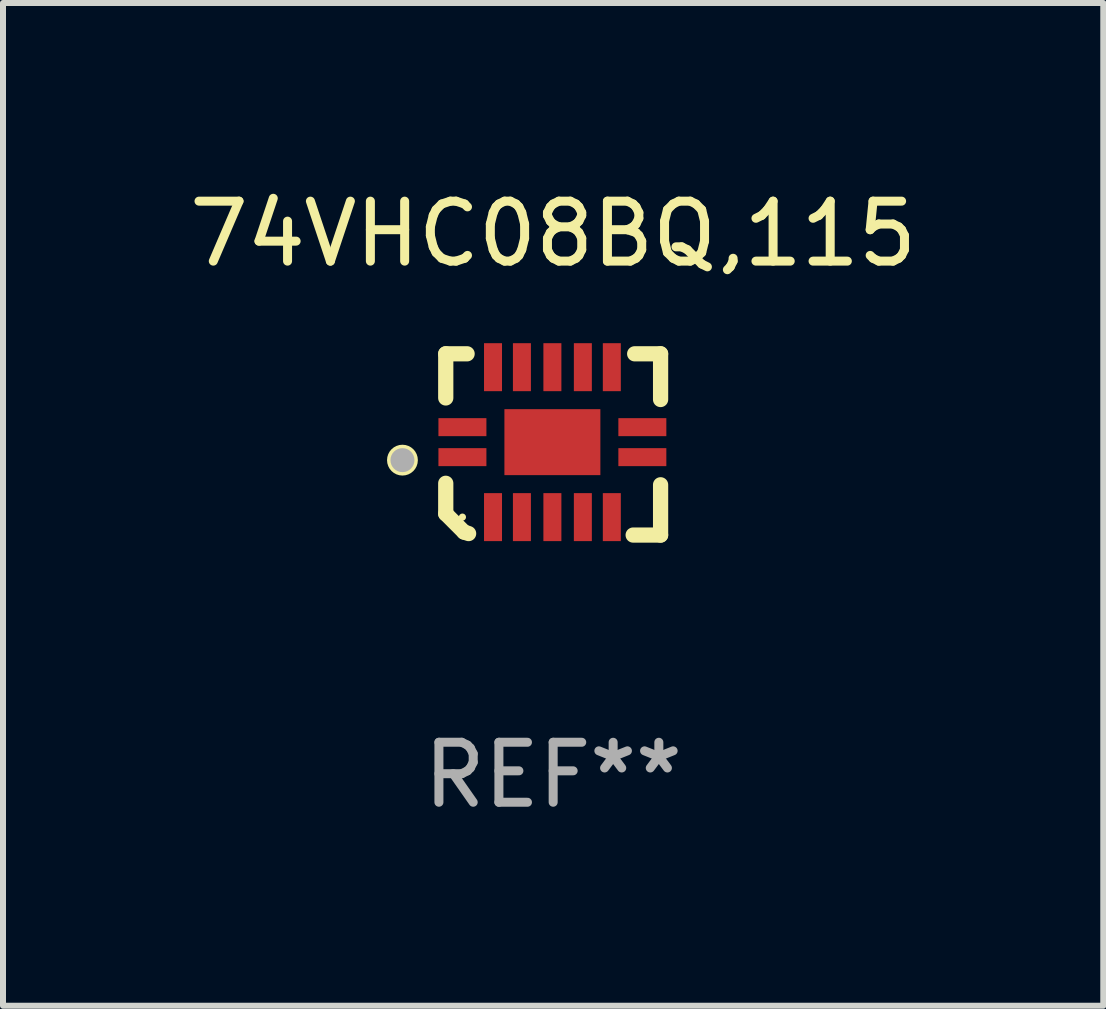
<source format=kicad_pcb>
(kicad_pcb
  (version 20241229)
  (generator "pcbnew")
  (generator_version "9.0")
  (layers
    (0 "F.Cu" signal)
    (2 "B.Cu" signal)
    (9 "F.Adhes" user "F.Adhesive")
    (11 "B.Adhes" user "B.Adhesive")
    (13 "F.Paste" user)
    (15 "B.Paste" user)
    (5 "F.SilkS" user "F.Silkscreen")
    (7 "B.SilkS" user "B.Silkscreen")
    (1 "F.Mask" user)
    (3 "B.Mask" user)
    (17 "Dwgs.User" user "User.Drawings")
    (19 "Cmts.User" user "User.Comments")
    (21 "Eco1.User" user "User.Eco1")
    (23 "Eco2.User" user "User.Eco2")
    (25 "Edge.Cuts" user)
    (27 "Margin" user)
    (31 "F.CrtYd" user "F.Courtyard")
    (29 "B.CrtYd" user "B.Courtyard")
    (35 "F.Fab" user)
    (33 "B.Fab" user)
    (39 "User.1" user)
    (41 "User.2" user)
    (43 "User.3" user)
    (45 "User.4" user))
  (footprint "74VHC08BQ,115"
    (layer "F.Cu")
    (at 6.173 4.36)
    (property "Reference" "74VHC08BQ,115" (at 0 -3.511 0) (layer "F.SilkS") (effects (font (size 1 1) (thickness 0.15))))
    (attr through_hole)
    (fp_line (start -1.791 -1.511) (end -1.435 -1.511) (stroke (width 0.254) (type solid)) (layer "F.SilkS"))
    (fp_line (start -1.791 -0.775) (end -1.791 -1.511) (stroke (width 0.254) (type solid)) (layer "F.SilkS"))
    (fp_line (start -1.791 1.156) (end -1.791 0.648) (stroke (width 0.254) (type solid)) (layer "F.SilkS"))
    (fp_line (start -1.486 1.461) (end -1.791 1.156) (stroke (width 0.254) (type solid)) (layer "F.SilkS"))
    (fp_line (start -1.41 1.486) (end -1.486 1.461) (stroke (width 0.254) (type solid)) (layer "F.SilkS"))
    (fp_line (start 1.334 1.511) (end 1.791 1.511) (stroke (width 0.254) (type solid)) (layer "F.SilkS"))
    (fp_line (start 1.791 -1.511) (end 1.359 -1.511) (stroke (width 0.254) (type solid)) (layer "F.SilkS"))
    (fp_line (start 1.791 -0.749) (end 1.791 -1.511) (stroke (width 0.254) (type solid)) (layer "F.SilkS"))
    (fp_line (start 1.791 1.511) (end 1.791 0.673) (stroke (width 0.254) (type solid)) (layer "F.SilkS"))
    (fp_circle (center -2.513 0.262) (end -2.383 0.262) (stroke (width 0.254) (type solid)) (fill no) (layer "F.SilkS"))
    (fp_circle (center -1.513 1.212) (end -1.483 1.212) (stroke (width 0.06) (type solid)) (fill no) (layer "F.SilkS"))
    (fp_circle (center -2.513 0.262) (end -2.413 0.262) (stroke (width 0.2) (type solid)) (fill no) (layer "F.Fab"))
    (fp_text user "REF**" (at 0 5.511 0) (layer "F.Fab") (effects (font (size 1 1) (thickness 0.15))))
    (pad "1" smd rect (at -1.513 0.212) (size 0.8 0.3) (layers "F.Cu" "F.Mask" "F.Paste"))
    (pad "2" smd rect (at -1.003 1.212) (size 0.3 0.8) (layers "F.Cu" "F.Mask" "F.Paste"))
    (pad "3" smd rect (at -0.521 1.212) (size 0.3 0.8) (layers "F.Cu" "F.Mask" "F.Paste"))
    (pad "4" smd rect (at -0.013 1.212) (size 0.3 0.8) (layers "F.Cu" "F.Mask" "F.Paste"))
    (pad "5" smd rect (at 0.495 1.212) (size 0.3 0.8) (layers "F.Cu" "F.Mask" "F.Paste"))
    (pad "6" smd rect (at 0.978 1.212) (size 0.3 0.8) (layers "F.Cu" "F.Mask" "F.Paste"))
    (pad "7" smd rect (at 1.487 0.212) (size 0.8 0.3) (layers "F.Cu" "F.Mask" "F.Paste"))
    (pad "8" smd rect (at 1.487 -0.288) (size 0.8 0.3) (layers "F.Cu" "F.Mask" "F.Paste"))
    (pad "9" smd rect (at 0.978 -1.288) (size 0.3 0.8) (layers "F.Cu" "F.Mask" "F.Paste"))
    (pad "10" smd rect (at 0.495 -1.288) (size 0.3 0.8) (layers "F.Cu" "F.Mask" "F.Paste"))
    (pad "11" smd rect (at -0.013 -1.288) (size 0.3 0.8) (layers "F.Cu" "F.Mask" "F.Paste"))
    (pad "12" smd rect (at -0.521 -1.288) (size 0.3 0.8) (layers "F.Cu" "F.Mask" "F.Paste"))
    (pad "13" smd rect (at -1.003 -1.288) (size 0.3 0.8) (layers "F.Cu" "F.Mask" "F.Paste"))
    (pad "14" smd rect (at -1.513 -0.288) (size 0.8 0.3) (layers "F.Cu" "F.Mask" "F.Paste"))
    (pad "15" smd rect (at -0.013 -0.038 90) (size 1.1 1.6) (layers "F.Cu" "F.Mask" "F.Paste")))
  (gr_rect
    (start -3 -3)
    (end 15.345 13.719)
    (stroke (width 0.1) (type default))
    (fill no)
    (layer "Edge.Cuts")))
</source>
